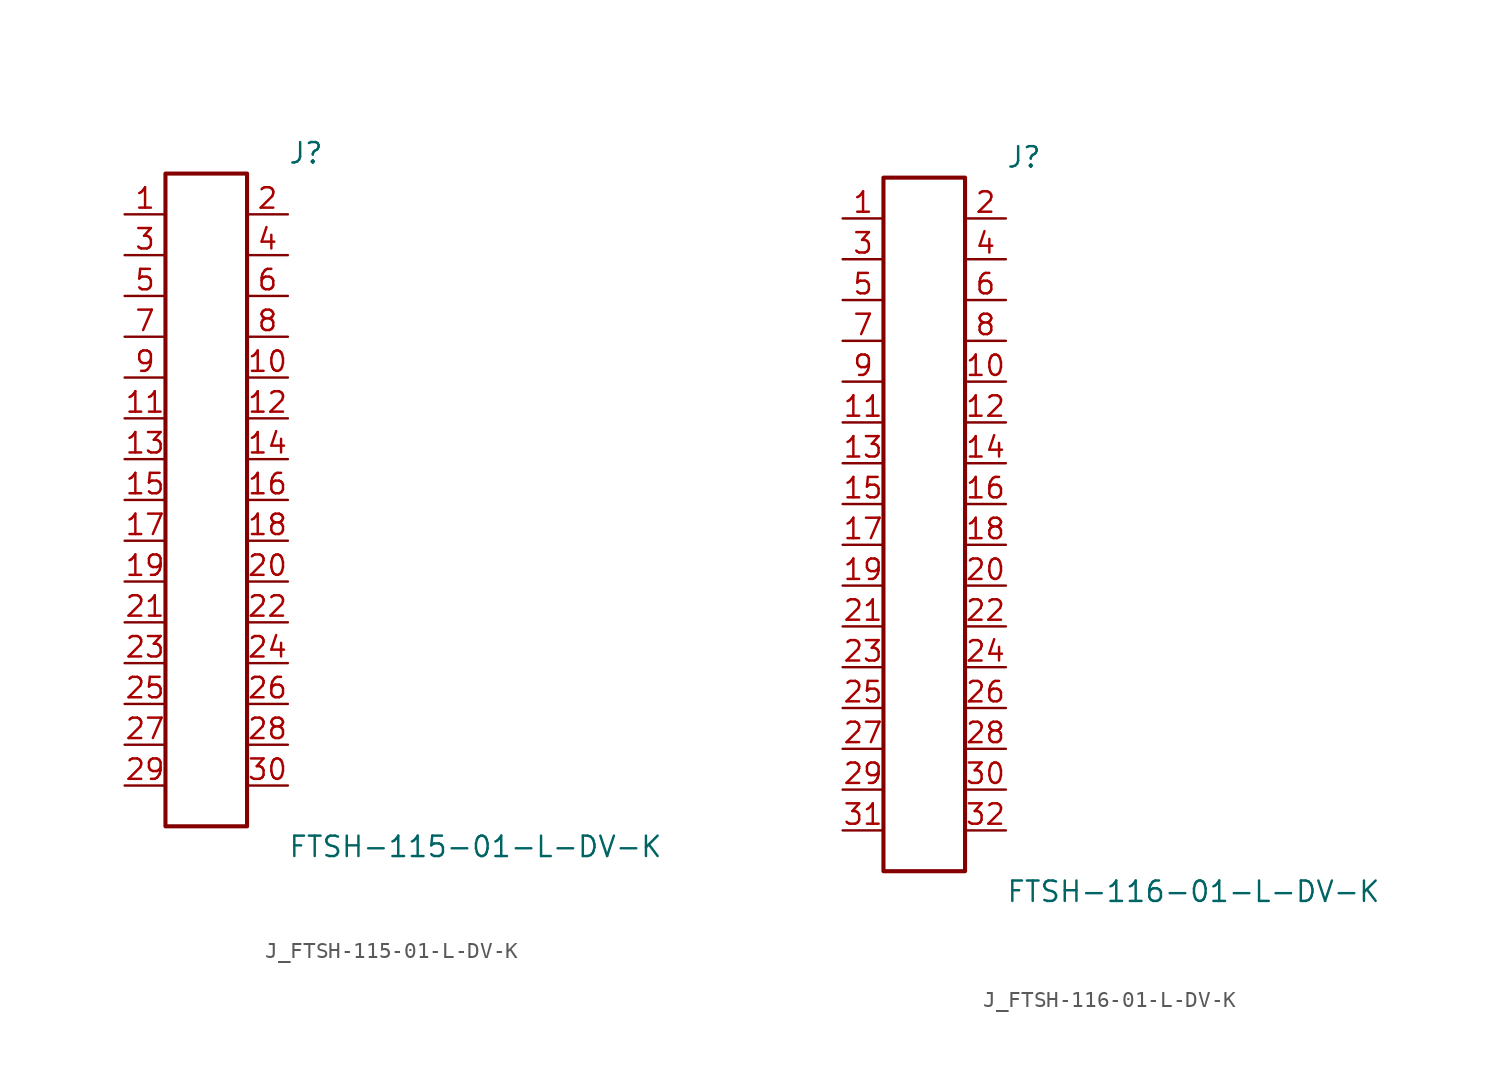
<source format=kicad_sym>
(kicad_symbol_lib
  (version 20231120)
  (generator kicad_symbol_editor)
  (generator_version 8.0)
  (symbol "J_FTSH-115-01-L-DV-K"
    (pin_names
      (offset 0.254))
    (property "Reference" "J"
      (at 5.08 21.59 0)
      (effects (font (size 1.27 1.27)) (justify left)))
    (property "Value" "FTSH-115-01-L-DV-K"
      (at 5.08 -21.59 0)
      (effects (font (size 1.27 1.27)) (justify left)))
    (symbol "J_FTSH-115-01-L-DV-K_0_0"
      (pin passive line (at -5.08 17.78 0) (length 2.54) (name "" (effects (font (size 1.27 1.27)))) (number "1" (effects (font (size 1.27 1.27)))))
      (pin passive line (at 5.08 17.78 180) (length 2.54) (name "" (effects (font (size 1.27 1.27)))) (number "2" (effects (font (size 1.27 1.27)))))
      (pin passive line (at -5.08 15.24 0) (length 2.54) (name "" (effects (font (size 1.27 1.27)))) (number "3" (effects (font (size 1.27 1.27)))))
      (pin passive line (at 5.08 15.24 180) (length 2.54) (name "" (effects (font (size 1.27 1.27)))) (number "4" (effects (font (size 1.27 1.27)))))
      (pin passive line (at -5.08 12.7 0) (length 2.54) (name "" (effects (font (size 1.27 1.27)))) (number "5" (effects (font (size 1.27 1.27)))))
      (pin passive line (at 5.08 12.7 180) (length 2.54) (name "" (effects (font (size 1.27 1.27)))) (number "6" (effects (font (size 1.27 1.27)))))
      (pin passive line (at -5.08 10.16 0) (length 2.54) (name "" (effects (font (size 1.27 1.27)))) (number "7" (effects (font (size 1.27 1.27)))))
      (pin passive line (at 5.08 10.16 180) (length 2.54) (name "" (effects (font (size 1.27 1.27)))) (number "8" (effects (font (size 1.27 1.27)))))
      (pin passive line (at -5.08 7.62 0) (length 2.54) (name "" (effects (font (size 1.27 1.27)))) (number "9" (effects (font (size 1.27 1.27)))))
      (pin passive line (at 5.08 7.62 180) (length 2.54) (name "" (effects (font (size 1.27 1.27)))) (number "10" (effects (font (size 1.27 1.27)))))
      (pin passive line (at -5.08 5.08 0) (length 2.54) (name "" (effects (font (size 1.27 1.27)))) (number "11" (effects (font (size 1.27 1.27)))))
      (pin passive line (at 5.08 5.08 180) (length 2.54) (name "" (effects (font (size 1.27 1.27)))) (number "12" (effects (font (size 1.27 1.27)))))
      (pin passive line (at -5.08 2.54 0) (length 2.54) (name "" (effects (font (size 1.27 1.27)))) (number "13" (effects (font (size 1.27 1.27)))))
      (pin passive line (at 5.08 2.54 180) (length 2.54) (name "" (effects (font (size 1.27 1.27)))) (number "14" (effects (font (size 1.27 1.27)))))
      (pin passive line (at -5.08 0.0 0) (length 2.54) (name "" (effects (font (size 1.27 1.27)))) (number "15" (effects (font (size 1.27 1.27)))))
      (pin passive line (at 5.08 0.0 180) (length 2.54) (name "" (effects (font (size 1.27 1.27)))) (number "16" (effects (font (size 1.27 1.27)))))
      (pin passive line (at -5.08 -2.54 0) (length 2.54) (name "" (effects (font (size 1.27 1.27)))) (number "17" (effects (font (size 1.27 1.27)))))
      (pin passive line (at 5.08 -2.54 180) (length 2.54) (name "" (effects (font (size 1.27 1.27)))) (number "18" (effects (font (size 1.27 1.27)))))
      (pin passive line (at -5.08 -5.08 0) (length 2.54) (name "" (effects (font (size 1.27 1.27)))) (number "19" (effects (font (size 1.27 1.27)))))
      (pin passive line (at 5.08 -5.08 180) (length 2.54) (name "" (effects (font (size 1.27 1.27)))) (number "20" (effects (font (size 1.27 1.27)))))
      (pin passive line (at -5.08 -7.62 0) (length 2.54) (name "" (effects (font (size 1.27 1.27)))) (number "21" (effects (font (size 1.27 1.27)))))
      (pin passive line (at 5.08 -7.62 180) (length 2.54) (name "" (effects (font (size 1.27 1.27)))) (number "22" (effects (font (size 1.27 1.27)))))
      (pin passive line (at -5.08 -10.16 0) (length 2.54) (name "" (effects (font (size 1.27 1.27)))) (number "23" (effects (font (size 1.27 1.27)))))
      (pin passive line (at 5.08 -10.16 180) (length 2.54) (name "" (effects (font (size 1.27 1.27)))) (number "24" (effects (font (size 1.27 1.27)))))
      (pin passive line (at -5.08 -12.7 0) (length 2.54) (name "" (effects (font (size 1.27 1.27)))) (number "25" (effects (font (size 1.27 1.27)))))
      (pin passive line (at 5.08 -12.7 180) (length 2.54) (name "" (effects (font (size 1.27 1.27)))) (number "26" (effects (font (size 1.27 1.27)))))
      (pin passive line (at -5.08 -15.24 0) (length 2.54) (name "" (effects (font (size 1.27 1.27)))) (number "27" (effects (font (size 1.27 1.27)))))
      (pin passive line (at 5.08 -15.24 180) (length 2.54) (name "" (effects (font (size 1.27 1.27)))) (number "28" (effects (font (size 1.27 1.27)))))
      (pin passive line (at -5.08 -17.78 0) (length 2.54) (name "" (effects (font (size 1.27 1.27)))) (number "29" (effects (font (size 1.27 1.27)))))
      (pin passive line (at 5.08 -17.78 180) (length 2.54) (name "" (effects (font (size 1.27 1.27)))) (number "30" (effects (font (size 1.27 1.27))))))
    (symbol "J_FTSH-115-01-L-DV-K_1_0"
      (rectangle (start -2.54 20.32) (end 2.54 -20.32) (stroke (width 0.254) (type solid)) (fill (type none)))))
  (symbol "J_FTSH-116-01-L-DV-K"
    (pin_names
      (offset 0.254))
    (property "Reference" "J"
      (at 5.08 22.86 0)
      (effects (font (size 1.27 1.27)) (justify left)))
    (property "Value" "FTSH-116-01-L-DV-K"
      (at 5.08 -22.86 0)
      (effects (font (size 1.27 1.27)) (justify left)))
    (symbol "J_FTSH-116-01-L-DV-K_0_0"
      (pin passive line (at -5.08 19.05 0) (length 2.54) (name "" (effects (font (size 1.27 1.27)))) (number "1" (effects (font (size 1.27 1.27)))))
      (pin passive line (at 5.08 19.05 180) (length 2.54) (name "" (effects (font (size 1.27 1.27)))) (number "2" (effects (font (size 1.27 1.27)))))
      (pin passive line (at -5.08 16.51 0) (length 2.54) (name "" (effects (font (size 1.27 1.27)))) (number "3" (effects (font (size 1.27 1.27)))))
      (pin passive line (at 5.08 16.51 180) (length 2.54) (name "" (effects (font (size 1.27 1.27)))) (number "4" (effects (font (size 1.27 1.27)))))
      (pin passive line (at -5.08 13.97 0) (length 2.54) (name "" (effects (font (size 1.27 1.27)))) (number "5" (effects (font (size 1.27 1.27)))))
      (pin passive line (at 5.08 13.97 180) (length 2.54) (name "" (effects (font (size 1.27 1.27)))) (number "6" (effects (font (size 1.27 1.27)))))
      (pin passive line (at -5.08 11.43 0) (length 2.54) (name "" (effects (font (size 1.27 1.27)))) (number "7" (effects (font (size 1.27 1.27)))))
      (pin passive line (at 5.08 11.43 180) (length 2.54) (name "" (effects (font (size 1.27 1.27)))) (number "8" (effects (font (size 1.27 1.27)))))
      (pin passive line (at -5.08 8.89 0) (length 2.54) (name "" (effects (font (size 1.27 1.27)))) (number "9" (effects (font (size 1.27 1.27)))))
      (pin passive line (at 5.08 8.89 180) (length 2.54) (name "" (effects (font (size 1.27 1.27)))) (number "10" (effects (font (size 1.27 1.27)))))
      (pin passive line (at -5.08 6.35 0) (length 2.54) (name "" (effects (font (size 1.27 1.27)))) (number "11" (effects (font (size 1.27 1.27)))))
      (pin passive line (at 5.08 6.35 180) (length 2.54) (name "" (effects (font (size 1.27 1.27)))) (number "12" (effects (font (size 1.27 1.27)))))
      (pin passive line (at -5.08 3.81 0) (length 2.54) (name "" (effects (font (size 1.27 1.27)))) (number "13" (effects (font (size 1.27 1.27)))))
      (pin passive line (at 5.08 3.81 180) (length 2.54) (name "" (effects (font (size 1.27 1.27)))) (number "14" (effects (font (size 1.27 1.27)))))
      (pin passive line (at -5.08 1.27 0) (length 2.54) (name "" (effects (font (size 1.27 1.27)))) (number "15" (effects (font (size 1.27 1.27)))))
      (pin passive line (at 5.08 1.27 180) (length 2.54) (name "" (effects (font (size 1.27 1.27)))) (number "16" (effects (font (size 1.27 1.27)))))
      (pin passive line (at -5.08 -1.27 0) (length 2.54) (name "" (effects (font (size 1.27 1.27)))) (number "17" (effects (font (size 1.27 1.27)))))
      (pin passive line (at 5.08 -1.27 180) (length 2.54) (name "" (effects (font (size 1.27 1.27)))) (number "18" (effects (font (size 1.27 1.27)))))
      (pin passive line (at -5.08 -3.81 0) (length 2.54) (name "" (effects (font (size 1.27 1.27)))) (number "19" (effects (font (size 1.27 1.27)))))
      (pin passive line (at 5.08 -3.81 180) (length 2.54) (name "" (effects (font (size 1.27 1.27)))) (number "20" (effects (font (size 1.27 1.27)))))
      (pin passive line (at -5.08 -6.35 0) (length 2.54) (name "" (effects (font (size 1.27 1.27)))) (number "21" (effects (font (size 1.27 1.27)))))
      (pin passive line (at 5.08 -6.35 180) (length 2.54) (name "" (effects (font (size 1.27 1.27)))) (number "22" (effects (font (size 1.27 1.27)))))
      (pin passive line (at -5.08 -8.89 0) (length 2.54) (name "" (effects (font (size 1.27 1.27)))) (number "23" (effects (font (size 1.27 1.27)))))
      (pin passive line (at 5.08 -8.89 180) (length 2.54) (name "" (effects (font (size 1.27 1.27)))) (number "24" (effects (font (size 1.27 1.27)))))
      (pin passive line (at -5.08 -11.43 0) (length 2.54) (name "" (effects (font (size 1.27 1.27)))) (number "25" (effects (font (size 1.27 1.27)))))
      (pin passive line (at 5.08 -11.43 180) (length 2.54) (name "" (effects (font (size 1.27 1.27)))) (number "26" (effects (font (size 1.27 1.27)))))
      (pin passive line (at -5.08 -13.97 0) (length 2.54) (name "" (effects (font (size 1.27 1.27)))) (number "27" (effects (font (size 1.27 1.27)))))
      (pin passive line (at 5.08 -13.97 180) (length 2.54) (name "" (effects (font (size 1.27 1.27)))) (number "28" (effects (font (size 1.27 1.27)))))
      (pin passive line (at -5.08 -16.51 0) (length 2.54) (name "" (effects (font (size 1.27 1.27)))) (number "29" (effects (font (size 1.27 1.27)))))
      (pin passive line (at 5.08 -16.51 180) (length 2.54) (name "" (effects (font (size 1.27 1.27)))) (number "30" (effects (font (size 1.27 1.27)))))
      (pin passive line (at -5.08 -19.05 0) (length 2.54) (name "" (effects (font (size 1.27 1.27)))) (number "31" (effects (font (size 1.27 1.27)))))
      (pin passive line (at 5.08 -19.05 180) (length 2.54) (name "" (effects (font (size 1.27 1.27)))) (number "32" (effects (font (size 1.27 1.27))))))
    (symbol "J_FTSH-116-01-L-DV-K_1_0"
      (rectangle (start -2.54 21.59) (end 2.54 -21.59) (stroke (width 0.254) (type solid)) (fill (type none))))))
</source>
